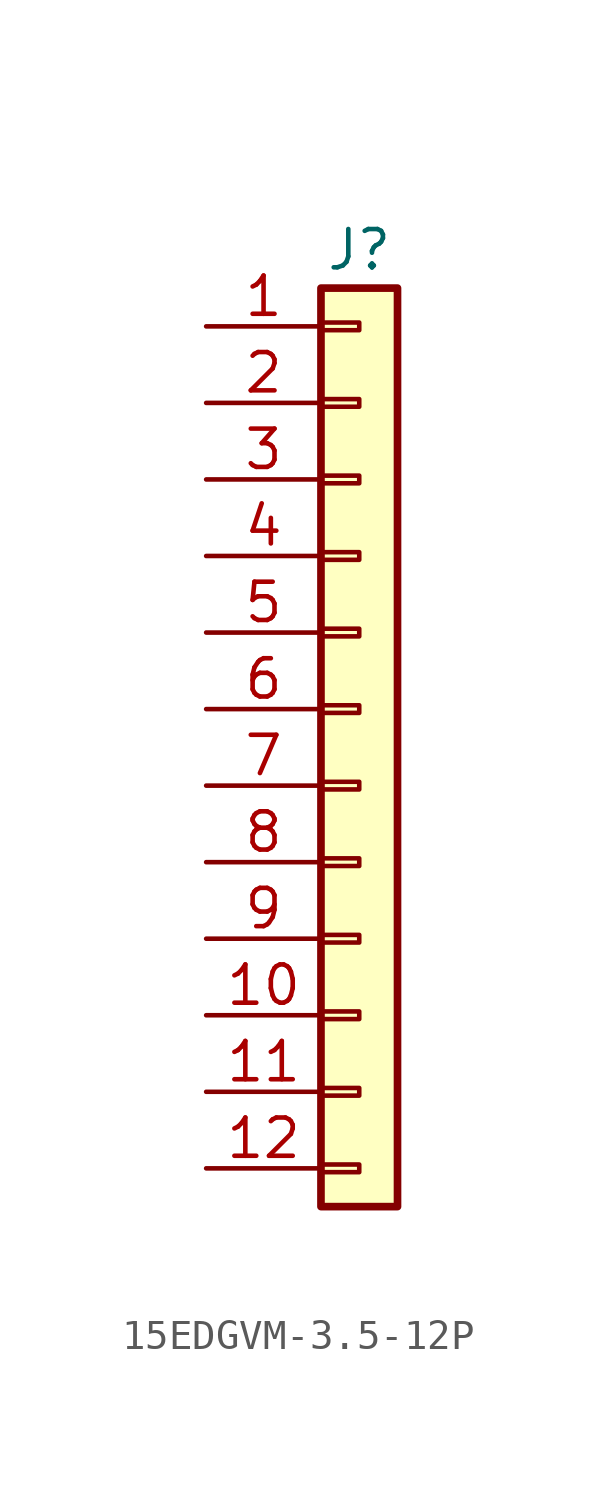
<source format=kicad_sym>
(kicad_symbol_lib
  (version 20211014)
  (symbol "15EDGVM-3.5-12P"
    (pin_names
      (offset 1.016)
      (hide yes))
    (property "Reference" "J"
      (at 0 15.24 0)
      (effects (font (size 1.27 1.27))))
    (symbol "15EDGVM-3.5-12P_1_1"
      (rectangle (start -1.27 13.97) (end 1.27 -16.51) (stroke (width 0.254) (type default)) (fill (type background)))
      (rectangle (start -1.27 12.827) (end 0 12.573) (stroke (width 0.152) (type default)) (fill (type none)))
      (rectangle (start -1.27 10.287) (end 0 10.033) (stroke (width 0.152) (type default)) (fill (type none)))
      (rectangle (start -1.27 7.747) (end 0 7.493) (stroke (width 0.152) (type default)) (fill (type none)))
      (rectangle (start -1.27 5.207) (end 0 4.953) (stroke (width 0.152) (type default)) (fill (type none)))
      (rectangle (start -1.27 2.667) (end 0 2.413) (stroke (width 0.152) (type default)) (fill (type none)))
      (rectangle (start -1.27 0.127) (end 0 -0.127) (stroke (width 0.152) (type default)) (fill (type none)))
      (rectangle (start -1.27 -2.413) (end 0 -2.667) (stroke (width 0.152) (type default)) (fill (type none)))
      (rectangle (start -1.27 -4.953) (end 0 -5.207) (stroke (width 0.152) (type default)) (fill (type none)))
      (rectangle (start -1.27 -7.493) (end 0 -7.747) (stroke (width 0.152) (type default)) (fill (type none)))
      (rectangle (start -1.27 -10.033) (end 0 -10.287) (stroke (width 0.152) (type default)) (fill (type none)))
      (rectangle (start -1.27 -12.573) (end 0 -12.827) (stroke (width 0.152) (type default)) (fill (type none)))
      (rectangle (start -1.27 -15.113) (end 0 -15.367) (stroke (width 0.152) (type default)) (fill (type none)))
      (pin passive line (at -5.08 12.7 0) (length 3.81) (name "Pin_1" (effects (font (size 1.27 1.27)))) (number "1" (effects (font (size 1.27 1.27)))))
      (pin passive line (at -5.08 10.16 0) (length 3.81) (name "Pin_2" (effects (font (size 1.27 1.27)))) (number "2" (effects (font (size 1.27 1.27)))))
      (pin passive line (at -5.08 7.62 0) (length 3.81) (name "Pin_3" (effects (font (size 1.27 1.27)))) (number "3" (effects (font (size 1.27 1.27)))))
      (pin passive line (at -5.08 5.08 0) (length 3.81) (name "Pin_4" (effects (font (size 1.27 1.27)))) (number "4" (effects (font (size 1.27 1.27)))))
      (pin passive line (at -5.08 2.54 0) (length 3.81) (name "Pin_5" (effects (font (size 1.27 1.27)))) (number "5" (effects (font (size 1.27 1.27)))))
      (pin passive line (at -5.08 0 0) (length 3.81) (name "Pin_6" (effects (font (size 1.27 1.27)))) (number "6" (effects (font (size 1.27 1.27)))))
      (pin passive line (at -5.08 -2.54 0) (length 3.81) (name "Pin_7" (effects (font (size 1.27 1.27)))) (number "7" (effects (font (size 1.27 1.27)))))
      (pin passive line (at -5.08 -5.08 0) (length 3.81) (name "Pin_8" (effects (font (size 1.27 1.27)))) (number "8" (effects (font (size 1.27 1.27)))))
      (pin passive line (at -5.08 -7.62 0) (length 3.81) (name "Pin_9" (effects (font (size 1.27 1.27)))) (number "9" (effects (font (size 1.27 1.27)))))
      (pin passive line (at -5.08 -10.16 0) (length 3.81) (name "Pin_10" (effects (font (size 1.27 1.27)))) (number "10" (effects (font (size 1.27 1.27)))))
      (pin passive line (at -5.08 -12.7 0) (length 3.81) (name "Pin_11" (effects (font (size 1.27 1.27)))) (number "11" (effects (font (size 1.27 1.27)))))
      (pin passive line (at -5.08 -15.24 0) (length 3.81) (name "Pin_12" (effects (font (size 1.27 1.27)))) (number "12" (effects (font (size 1.27 1.27))))))))
</source>
